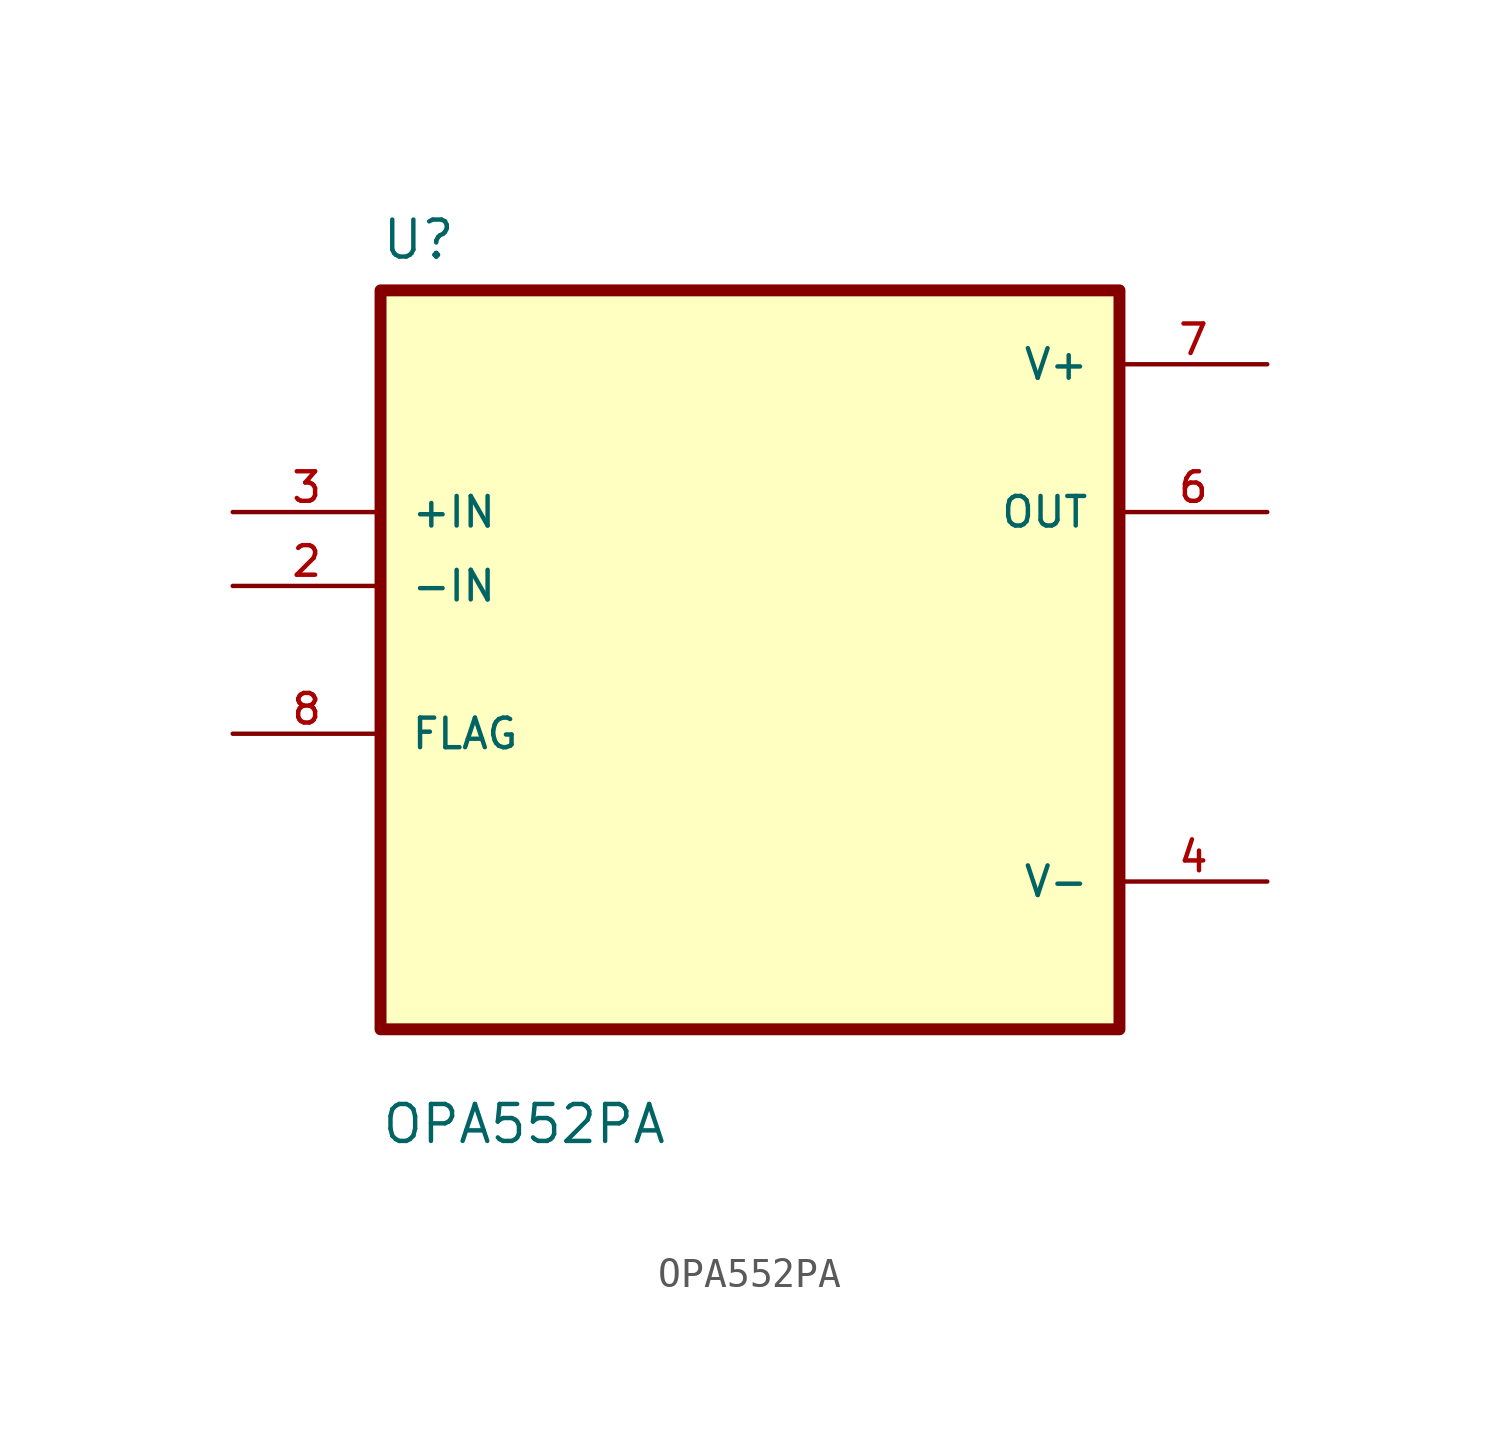
<source format=kicad_sym>
(kicad_symbol_lib
  (version 20211014)
  (generator kicad_symbol_editor)
  (symbol "OPA552PA"
    (pin_names
      (offset 1.016))
    (property "Reference" "U"
      (at -12.7 13.7 0.0)
      (effects (font (size 1.27 1.27)) (justify bottom left)))
    (property "Value" "OPA552PA"
      (at -12.7 -16.7 0.0)
      (effects (font (size 1.27 1.27)) (justify bottom left)))
    (symbol "OPA552PA_0_0"
      (rectangle (start -12.7 -12.7) (end 12.7 12.7) (stroke (width 0.41)) (fill (type background)))
      (pin input line (at -17.78 5.08 0) (length 5.08) (name "+IN" (effects (font (size 1.016 1.016)))) (number "3" (effects (font (size 1.016 1.016)))))
      (pin input line (at -17.78 2.54 0) (length 5.08) (name "-IN" (effects (font (size 1.016 1.016)))) (number "2" (effects (font (size 1.016 1.016)))))
      (pin bidirectional line (at -17.78 -2.54 0) (length 5.08) (name "FLAG" (effects (font (size 1.016 1.016)))) (number "8" (effects (font (size 1.016 1.016)))))
      (pin power_in line (at 17.78 10.16 180.0) (length 5.08) (name "V+" (effects (font (size 1.016 1.016)))) (number "7" (effects (font (size 1.016 1.016)))))
      (pin output line (at 17.78 5.08 180.0) (length 5.08) (name "OUT" (effects (font (size 1.016 1.016)))) (number "6" (effects (font (size 1.016 1.016)))))
      (pin power_in line (at 17.78 -7.62 180.0) (length 5.08) (name "V-" (effects (font (size 1.016 1.016)))) (number "4" (effects (font (size 1.016 1.016))))))))
</source>
